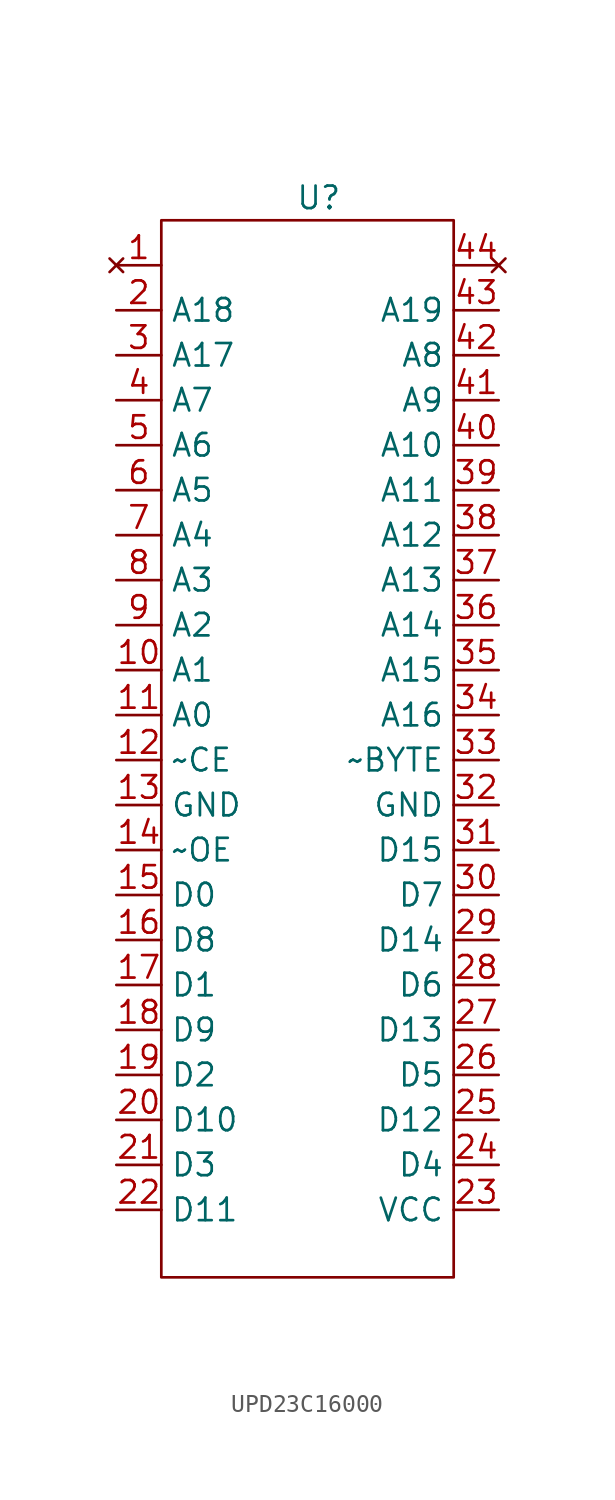
<source format=kicad_sym>
(kicad_symbol_lib
  (version 20220914)
  (generator kicad_symbol_editor)
  (symbol "UPD23C16000"
    (property "Reference" "U"
      (at 0 0 0)
      (effects (font (size 1.27 1.27))))
    (property "Value" ""
      (at 0 0 0)
      (effects (font (size 1.27 1.27))))
    (symbol "UPD23C16000_0_1"
      (rectangle (start -8.89 -1.27) (end 7.62 -60.96) (stroke (width 0) (type default)) (fill (type none))))
    (symbol "UPD23C16000_1_1"
      (pin no_connect line (at -11.43 -3.81 0) (length 2.54) (name "" (effects (font (size 1.27 1.27)))) (number "1" (effects (font (size 1.27 1.27)))))
      (pin input line (at -11.43 -26.67 0) (length 2.54) (name "A1" (effects (font (size 1.27 1.27)))) (number "10" (effects (font (size 1.27 1.27)))))
      (pin input line (at -11.43 -29.21 0) (length 2.54) (name "A0" (effects (font (size 1.27 1.27)))) (number "11" (effects (font (size 1.27 1.27)))))
      (pin input line (at -11.43 -31.75 0) (length 2.54) (name "~CE" (effects (font (size 1.27 1.27)))) (number "12" (effects (font (size 1.27 1.27)))))
      (pin power_in line (at -11.43 -34.29 0) (length 2.54) (name "GND" (effects (font (size 1.27 1.27)))) (number "13" (effects (font (size 1.27 1.27)))))
      (pin input line (at -11.43 -36.83 0) (length 2.54) (name "~OE" (effects (font (size 1.27 1.27)))) (number "14" (effects (font (size 1.27 1.27)))))
      (pin output line (at -11.43 -39.37 0) (length 2.54) (name "D0" (effects (font (size 1.27 1.27)))) (number "15" (effects (font (size 1.27 1.27)))))
      (pin output line (at -11.43 -41.91 0) (length 2.54) (name "D8" (effects (font (size 1.27 1.27)))) (number "16" (effects (font (size 1.27 1.27)))))
      (pin output line (at -11.43 -44.45 0) (length 2.54) (name "D1" (effects (font (size 1.27 1.27)))) (number "17" (effects (font (size 1.27 1.27)))))
      (pin output line (at -11.43 -46.99 0) (length 2.54) (name "D9" (effects (font (size 1.27 1.27)))) (number "18" (effects (font (size 1.27 1.27)))))
      (pin output line (at -11.43 -49.53 0) (length 2.54) (name "D2" (effects (font (size 1.27 1.27)))) (number "19" (effects (font (size 1.27 1.27)))))
      (pin input line (at -11.43 -6.35 0) (length 2.54) (name "A18" (effects (font (size 1.27 1.27)))) (number "2" (effects (font (size 1.27 1.27)))))
      (pin output line (at -11.43 -52.07 0) (length 2.54) (name "D10" (effects (font (size 1.27 1.27)))) (number "20" (effects (font (size 1.27 1.27)))))
      (pin output line (at -11.43 -54.61 0) (length 2.54) (name "D3" (effects (font (size 1.27 1.27)))) (number "21" (effects (font (size 1.27 1.27)))))
      (pin output line (at -11.43 -57.15 0) (length 2.54) (name "D11" (effects (font (size 1.27 1.27)))) (number "22" (effects (font (size 1.27 1.27)))))
      (pin power_in line (at 10.16 -57.15 180) (length 2.54) (name "VCC" (effects (font (size 1.27 1.27)))) (number "23" (effects (font (size 1.27 1.27)))))
      (pin output line (at 10.16 -54.61 180) (length 2.54) (name "D4" (effects (font (size 1.27 1.27)))) (number "24" (effects (font (size 1.27 1.27)))))
      (pin output line (at 10.16 -52.07 180) (length 2.54) (name "D12" (effects (font (size 1.27 1.27)))) (number "25" (effects (font (size 1.27 1.27)))))
      (pin output line (at 10.16 -49.53 180) (length 2.54) (name "D5" (effects (font (size 1.27 1.27)))) (number "26" (effects (font (size 1.27 1.27)))))
      (pin output line (at 10.16 -46.99 180) (length 2.54) (name "D13" (effects (font (size 1.27 1.27)))) (number "27" (effects (font (size 1.27 1.27)))))
      (pin output line (at 10.16 -44.45 180) (length 2.54) (name "D6" (effects (font (size 1.27 1.27)))) (number "28" (effects (font (size 1.27 1.27)))))
      (pin output line (at 10.16 -41.91 180) (length 2.54) (name "D14" (effects (font (size 1.27 1.27)))) (number "29" (effects (font (size 1.27 1.27)))))
      (pin input line (at -11.43 -8.89 0) (length 2.54) (name "A17" (effects (font (size 1.27 1.27)))) (number "3" (effects (font (size 1.27 1.27)))))
      (pin output line (at 10.16 -39.37 180) (length 2.54) (name "D7" (effects (font (size 1.27 1.27)))) (number "30" (effects (font (size 1.27 1.27)))))
      (pin output line (at 10.16 -36.83 180) (length 2.54) (name "D15" (effects (font (size 1.27 1.27)))) (number "31" (effects (font (size 1.27 1.27)))))
      (pin power_in line (at 10.16 -34.29 180) (length 2.54) (name "GND" (effects (font (size 1.27 1.27)))) (number "32" (effects (font (size 1.27 1.27)))))
      (pin input line (at 10.16 -31.75 180) (length 2.54) (name "~BYTE" (effects (font (size 1.27 1.27)))) (number "33" (effects (font (size 1.27 1.27)))))
      (pin input line (at 10.16 -29.21 180) (length 2.54) (name "A16" (effects (font (size 1.27 1.27)))) (number "34" (effects (font (size 1.27 1.27)))))
      (pin input line (at 10.16 -26.67 180) (length 2.54) (name "A15" (effects (font (size 1.27 1.27)))) (number "35" (effects (font (size 1.27 1.27)))))
      (pin input line (at 10.16 -24.13 180) (length 2.54) (name "A14" (effects (font (size 1.27 1.27)))) (number "36" (effects (font (size 1.27 1.27)))))
      (pin input line (at 10.16 -21.59 180) (length 2.54) (name "A13" (effects (font (size 1.27 1.27)))) (number "37" (effects (font (size 1.27 1.27)))))
      (pin input line (at 10.16 -19.05 180) (length 2.54) (name "A12" (effects (font (size 1.27 1.27)))) (number "38" (effects (font (size 1.27 1.27)))))
      (pin input line (at 10.16 -16.51 180) (length 2.54) (name "A11" (effects (font (size 1.27 1.27)))) (number "39" (effects (font (size 1.27 1.27)))))
      (pin input line (at -11.43 -11.43 0) (length 2.54) (name "A7" (effects (font (size 1.27 1.27)))) (number "4" (effects (font (size 1.27 1.27)))))
      (pin input line (at 10.16 -13.97 180) (length 2.54) (name "A10" (effects (font (size 1.27 1.27)))) (number "40" (effects (font (size 1.27 1.27)))))
      (pin input line (at 10.16 -11.43 180) (length 2.54) (name "A9" (effects (font (size 1.27 1.27)))) (number "41" (effects (font (size 1.27 1.27)))))
      (pin input line (at 10.16 -8.89 180) (length 2.54) (name "A8" (effects (font (size 1.27 1.27)))) (number "42" (effects (font (size 1.27 1.27)))))
      (pin input line (at 10.16 -6.35 180) (length 2.54) (name "A19" (effects (font (size 1.27 1.27)))) (number "43" (effects (font (size 1.27 1.27)))))
      (pin no_connect line (at 10.16 -3.81 180) (length 2.54) (name "" (effects (font (size 1.27 1.27)))) (number "44" (effects (font (size 1.27 1.27)))))
      (pin input line (at -11.43 -13.97 0) (length 2.54) (name "A6" (effects (font (size 1.27 1.27)))) (number "5" (effects (font (size 1.27 1.27)))))
      (pin input line (at -11.43 -16.51 0) (length 2.54) (name "A5" (effects (font (size 1.27 1.27)))) (number "6" (effects (font (size 1.27 1.27)))))
      (pin input line (at -11.43 -19.05 0) (length 2.54) (name "A4" (effects (font (size 1.27 1.27)))) (number "7" (effects (font (size 1.27 1.27)))))
      (pin input line (at -11.43 -21.59 0) (length 2.54) (name "A3" (effects (font (size 1.27 1.27)))) (number "8" (effects (font (size 1.27 1.27)))))
      (pin input line (at -11.43 -24.13 0) (length 2.54) (name "A2" (effects (font (size 1.27 1.27)))) (number "9" (effects (font (size 1.27 1.27))))))))
</source>
